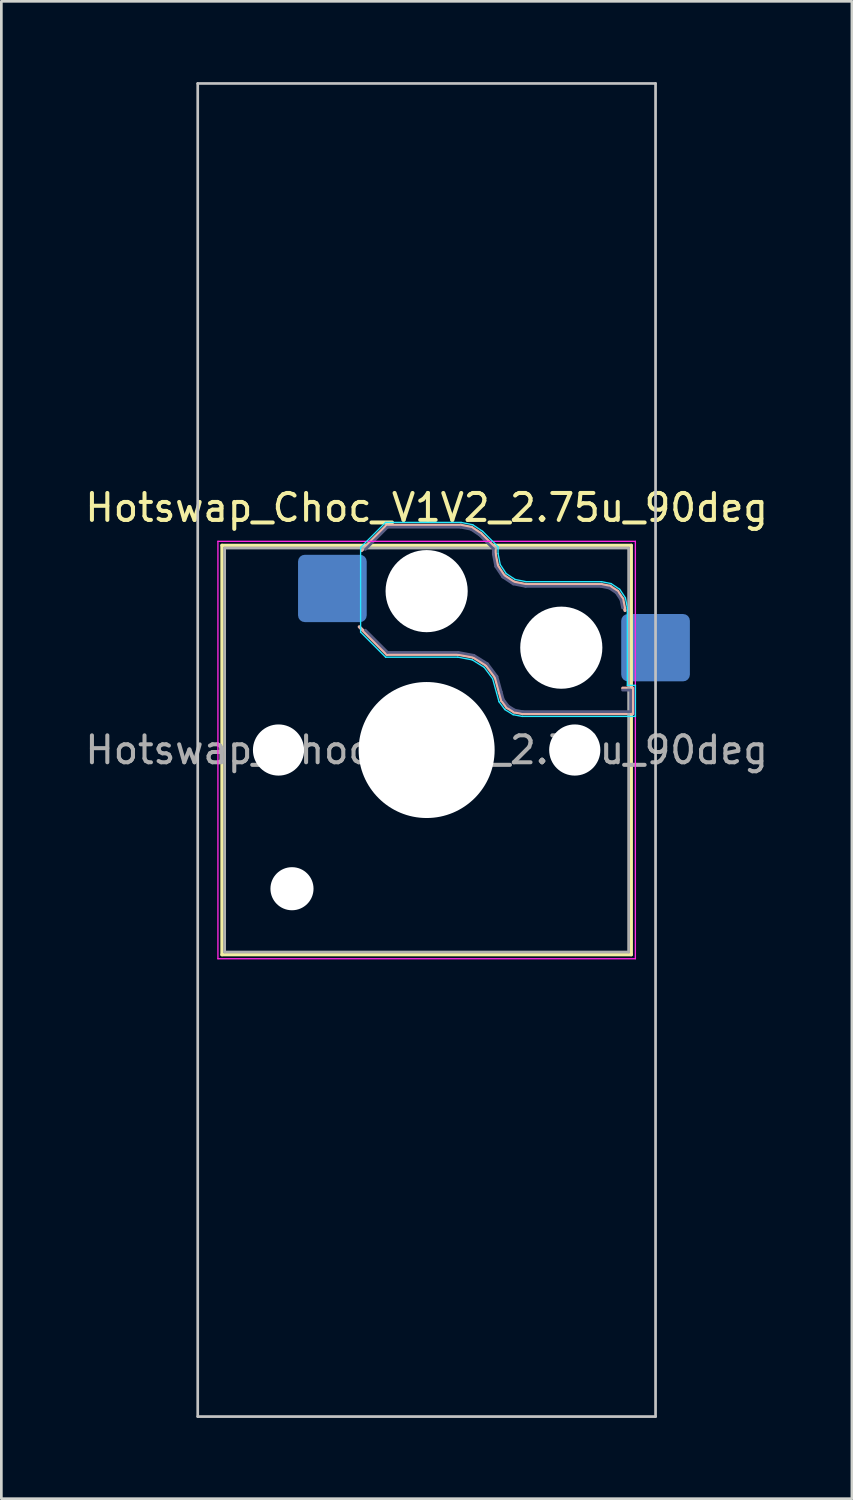
<source format=kicad_pcb>
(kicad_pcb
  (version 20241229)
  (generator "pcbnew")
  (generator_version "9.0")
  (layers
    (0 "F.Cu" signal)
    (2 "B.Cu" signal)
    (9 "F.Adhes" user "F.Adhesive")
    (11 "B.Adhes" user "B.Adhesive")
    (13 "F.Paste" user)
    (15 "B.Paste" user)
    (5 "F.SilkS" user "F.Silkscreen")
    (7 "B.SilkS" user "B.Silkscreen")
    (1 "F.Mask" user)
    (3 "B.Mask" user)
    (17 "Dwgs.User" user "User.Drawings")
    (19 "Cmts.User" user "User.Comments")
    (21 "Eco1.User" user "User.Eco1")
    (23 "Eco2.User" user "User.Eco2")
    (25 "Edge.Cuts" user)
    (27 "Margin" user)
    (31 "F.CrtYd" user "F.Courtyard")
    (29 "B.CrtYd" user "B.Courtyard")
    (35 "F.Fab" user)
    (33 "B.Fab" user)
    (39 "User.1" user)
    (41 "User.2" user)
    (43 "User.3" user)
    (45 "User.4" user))
  (footprint "Hotswap_Choc_V1V2_2.75u_90deg"
    (layer "F.Cu")
    (at 12.792 24.8)
    (property "Reference" "Hotswap_Choc_V1V2_2.75u_90deg" (at 0 -9 0) (layer "F.SilkS") (effects (font (size 1 1) (thickness 0.15))))
    (attr smd)
    (fp_line (start -7.6 -7.6) (end -7.6 7.6) (stroke (width 0.12) (type solid)) (layer "F.SilkS"))
    (fp_line (start -7.6 7.6) (end 7.6 7.6) (stroke (width 0.12) (type solid)) (layer "F.SilkS"))
    (fp_line (start 7.6 -7.6) (end -7.6 -7.6) (stroke (width 0.12) (type solid)) (layer "F.SilkS"))
    (fp_line (start 7.6 7.6) (end 7.6 -7.6) (stroke (width 0.12) (type solid)) (layer "F.SilkS"))
    (fp_line (start -2.416 -7.409) (end -1.479 -8.346) (stroke (width 0.12) (type solid)) (layer "B.SilkS"))
    (fp_line (start -1.479 -8.346) (end 1.268 -8.346) (stroke (width 0.12) (type solid)) (layer "B.SilkS"))
    (fp_line (start -1.479 -3.554) (end -2.5 -4.575) (stroke (width 0.12) (type solid)) (layer "B.SilkS"))
    (fp_line (start 1.168 -3.554) (end -1.479 -3.554) (stroke (width 0.12) (type solid)) (layer "B.SilkS"))
    (fp_line (start 1.268 -8.346) (end 1.671 -8.266) (stroke (width 0.12) (type solid)) (layer "B.SilkS"))
    (fp_line (start 1.671 -8.266) (end 2.013 -8.037) (stroke (width 0.12) (type solid)) (layer "B.SilkS"))
    (fp_line (start 1.73 -3.449) (end 1.168 -3.554) (stroke (width 0.12) (type solid)) (layer "B.SilkS"))
    (fp_line (start 2.013 -8.037) (end 2.546 -7.504) (stroke (width 0.12) (type solid)) (layer "B.SilkS"))
    (fp_line (start 2.209 -3.15) (end 1.73 -3.449) (stroke (width 0.12) (type solid)) (layer "B.SilkS"))
    (fp_line (start 2.546 -7.504) (end 2.546 -7.282) (stroke (width 0.12) (type solid)) (layer "B.SilkS"))
    (fp_line (start 2.546 -7.282) (end 2.633 -6.844) (stroke (width 0.12) (type solid)) (layer "B.SilkS"))
    (fp_line (start 2.547 -2.697) (end 2.209 -3.15) (stroke (width 0.12) (type solid)) (layer "B.SilkS"))
    (fp_line (start 2.633 -6.844) (end 2.877 -6.477) (stroke (width 0.12) (type solid)) (layer "B.SilkS"))
    (fp_line (start 2.701 -2.139) (end 2.547 -2.697) (stroke (width 0.12) (type solid)) (layer "B.SilkS"))
    (fp_line (start 2.783 -1.841) (end 2.701 -2.139) (stroke (width 0.12) (type solid)) (layer "B.SilkS"))
    (fp_line (start 2.877 -6.477) (end 3.244 -6.233) (stroke (width 0.12) (type solid)) (layer "B.SilkS"))
    (fp_line (start 2.976 -1.583) (end 2.783 -1.841) (stroke (width 0.12) (type solid)) (layer "B.SilkS"))
    (fp_line (start 3.244 -6.233) (end 3.682 -6.146) (stroke (width 0.12) (type solid)) (layer "B.SilkS"))
    (fp_line (start 3.25 -1.413) (end 2.976 -1.583) (stroke (width 0.12) (type solid)) (layer "B.SilkS"))
    (fp_line (start 3.56 -1.354) (end 3.25 -1.413) (stroke (width 0.12) (type solid)) (layer "B.SilkS"))
    (fp_line (start 3.682 -6.146) (end 6.482 -6.146) (stroke (width 0.12) (type solid)) (layer "B.SilkS"))
    (fp_line (start 6.482 -6.146) (end 6.809 -6.081) (stroke (width 0.12) (type solid)) (layer "B.SilkS"))
    (fp_line (start 6.809 -6.081) (end 7.092 -5.892) (stroke (width 0.12) (type solid)) (layer "B.SilkS"))
    (fp_line (start 7.092 -5.892) (end 7.281 -5.609) (stroke (width 0.12) (type solid)) (layer "B.SilkS"))
    (fp_line (start 7.281 -5.609) (end 7.366 -5.182) (stroke (width 0.12) (type solid)) (layer "B.SilkS"))
    (fp_line (start 7.283 -2.296) (end 7.646 -2.296) (stroke (width 0.12) (type solid)) (layer "B.SilkS"))
    (fp_line (start 7.646 -2.296) (end 7.646 -1.354) (stroke (width 0.12) (type solid)) (layer "B.SilkS"))
    (fp_line (start 7.646 -1.354) (end 3.56 -1.354) (stroke (width 0.12) (type solid)) (layer "B.SilkS"))
    (fp_line (start -8.5 -24.75) (end 8.5 -24.75) (stroke (width 0.1) (type solid)) (layer "Dwgs.User"))
    (fp_line (start -8.5 24.75) (end -8.5 -24.75) (stroke (width 0.1) (type solid)) (layer "Dwgs.User"))
    (fp_line (start 8.5 -24.75) (end 8.5 24.75) (stroke (width 0.1) (type solid)) (layer "Dwgs.User"))
    (fp_line (start 8.5 24.75) (end -8.5 24.75) (stroke (width 0.1) (type solid)) (layer "Dwgs.User"))
    (fp_line (start -7.25 -7.25) (end -7.25 7.25) (stroke (width 0.1) (type solid)) (layer "Eco1.User"))
    (fp_line (start -7.25 7.25) (end 7.25 7.25) (stroke (width 0.1) (type solid)) (layer "Eco1.User"))
    (fp_line (start 7.25 -7.25) (end -7.25 -7.25) (stroke (width 0.1) (type solid)) (layer "Eco1.User"))
    (fp_line (start 7.25 7.25) (end 7.25 -7.25) (stroke (width 0.1) (type solid)) (layer "Eco1.User"))
    (fp_line (start -2.452 -7.523) (end -1.523 -8.452) (stroke (width 0.05) (type solid)) (layer "B.CrtYd"))
    (fp_line (start -2.452 -4.377) (end -2.452 -7.523) (stroke (width 0.05) (type solid)) (layer "B.CrtYd"))
    (fp_line (start -1.523 -8.452) (end 1.278 -8.452) (stroke (width 0.05) (type solid)) (layer "B.CrtYd"))
    (fp_line (start -1.523 -3.448) (end -2.452 -4.377) (stroke (width 0.05) (type solid)) (layer "B.CrtYd"))
    (fp_line (start 1.159 -3.448) (end -1.523 -3.448) (stroke (width 0.05) (type solid)) (layer "B.CrtYd"))
    (fp_line (start 1.278 -8.452) (end 1.712 -8.366) (stroke (width 0.05) (type solid)) (layer "B.CrtYd"))
    (fp_line (start 1.691 -3.348) (end 1.159 -3.448) (stroke (width 0.05) (type solid)) (layer "B.CrtYd"))
    (fp_line (start 1.712 -8.366) (end 2.081 -8.119) (stroke (width 0.05) (type solid)) (layer "B.CrtYd"))
    (fp_line (start 2.081 -8.119) (end 2.652 -7.548) (stroke (width 0.05) (type solid)) (layer "B.CrtYd"))
    (fp_line (start 2.136 -3.071) (end 1.691 -3.348) (stroke (width 0.05) (type solid)) (layer "B.CrtYd"))
    (fp_line (start 2.45 -2.65) (end 2.136 -3.071) (stroke (width 0.05) (type solid)) (layer "B.CrtYd"))
    (fp_line (start 2.599 -2.111) (end 2.45 -2.65) (stroke (width 0.05) (type solid)) (layer "B.CrtYd"))
    (fp_line (start 2.652 -7.548) (end 2.652 -7.292) (stroke (width 0.05) (type solid)) (layer "B.CrtYd"))
    (fp_line (start 2.652 -7.292) (end 2.733 -6.885) (stroke (width 0.05) (type solid)) (layer "B.CrtYd"))
    (fp_line (start 2.687 -1.794) (end 2.599 -2.111) (stroke (width 0.05) (type solid)) (layer "B.CrtYd"))
    (fp_line (start 2.733 -6.885) (end 2.953 -6.553) (stroke (width 0.05) (type solid)) (layer "B.CrtYd"))
    (fp_line (start 2.903 -1.503) (end 2.687 -1.794) (stroke (width 0.05) (type solid)) (layer "B.CrtYd"))
    (fp_line (start 2.953 -6.553) (end 3.285 -6.333) (stroke (width 0.05) (type solid)) (layer "B.CrtYd"))
    (fp_line (start 3.211 -1.312) (end 2.903 -1.503) (stroke (width 0.05) (type solid)) (layer "B.CrtYd"))
    (fp_line (start 3.285 -6.333) (end 3.692 -6.252) (stroke (width 0.05) (type solid)) (layer "B.CrtYd"))
    (fp_line (start 3.55 -1.248) (end 3.211 -1.312) (stroke (width 0.05) (type solid)) (layer "B.CrtYd"))
    (fp_line (start 3.692 -6.252) (end 6.492 -6.252) (stroke (width 0.05) (type solid)) (layer "B.CrtYd"))
    (fp_line (start 6.492 -6.252) (end 6.85 -6.181) (stroke (width 0.05) (type solid)) (layer "B.CrtYd"))
    (fp_line (start 6.85 -6.181) (end 7.168 -5.968) (stroke (width 0.05) (type solid)) (layer "B.CrtYd"))
    (fp_line (start 7.168 -5.968) (end 7.381 -5.65) (stroke (width 0.05) (type solid)) (layer "B.CrtYd"))
    (fp_line (start 7.381 -5.65) (end 7.452 -5.292) (stroke (width 0.05) (type solid)) (layer "B.CrtYd"))
    (fp_line (start 7.452 -5.292) (end 7.452 -2.402) (stroke (width 0.05) (type solid)) (layer "B.CrtYd"))
    (fp_line (start 7.452 -2.402) (end 7.752 -2.402) (stroke (width 0.05) (type solid)) (layer "B.CrtYd"))
    (fp_line (start 7.752 -2.402) (end 7.752 -1.248) (stroke (width 0.05) (type solid)) (layer "B.CrtYd"))
    (fp_line (start 7.752 -1.248) (end 3.55 -1.248) (stroke (width 0.05) (type solid)) (layer "B.CrtYd"))
    (fp_line (start -7.75 -7.75) (end -7.75 7.75) (stroke (width 0.05) (type solid)) (layer "F.CrtYd"))
    (fp_line (start -7.75 7.75) (end 7.75 7.75) (stroke (width 0.05) (type solid)) (layer "F.CrtYd"))
    (fp_line (start 7.75 -7.75) (end -7.75 -7.75) (stroke (width 0.05) (type solid)) (layer "F.CrtYd"))
    (fp_line (start 7.75 7.75) (end 7.75 -7.75) (stroke (width 0.05) (type solid)) (layer "F.CrtYd"))
    (fp_line (start -2.275 -7.45) (end -1.45 -8.275) (stroke (width 0.1) (type solid)) (layer "B.Fab"))
    (fp_line (start -1.45 -8.275) (end 1.261 -8.275) (stroke (width 0.1) (type solid)) (layer "B.Fab"))
    (fp_line (start -1.45 -3.625) (end -2.275 -4.45) (stroke (width 0.1) (type solid)) (layer "B.Fab"))
    (fp_line (start 1.175 -3.625) (end -1.45 -3.625) (stroke (width 0.1) (type solid)) (layer "B.Fab"))
    (fp_line (start 1.261 -8.275) (end 1.643 -8.199) (stroke (width 0.1) (type solid)) (layer "B.Fab"))
    (fp_line (start 1.643 -8.199) (end 1.968 -7.982) (stroke (width 0.1) (type solid)) (layer "B.Fab"))
    (fp_line (start 1.756 -3.516) (end 1.175 -3.625) (stroke (width 0.1) (type solid)) (layer "B.Fab"))
    (fp_line (start 1.968 -7.982) (end 2.475 -7.475) (stroke (width 0.1) (type solid)) (layer "B.Fab"))
    (fp_line (start 2.258 -3.203) (end 1.756 -3.516) (stroke (width 0.1) (type solid)) (layer "B.Fab"))
    (fp_line (start 2.475 -7.475) (end 2.475 -7.275) (stroke (width 0.1) (type solid)) (layer "B.Fab"))
    (fp_line (start 2.475 -7.275) (end 2.566 -6.816) (stroke (width 0.1) (type solid)) (layer "B.Fab"))
    (fp_line (start 2.566 -6.816) (end 2.826 -6.426) (stroke (width 0.1) (type solid)) (layer "B.Fab"))
    (fp_line (start 2.612 -2.729) (end 2.258 -3.203) (stroke (width 0.1) (type solid)) (layer "B.Fab"))
    (fp_line (start 2.769 -2.158) (end 2.612 -2.729) (stroke (width 0.1) (type solid)) (layer "B.Fab"))
    (fp_line (start 2.826 -6.426) (end 3.216 -6.166) (stroke (width 0.1) (type solid)) (layer "B.Fab"))
    (fp_line (start 2.848 -1.873) (end 2.769 -2.158) (stroke (width 0.1) (type solid)) (layer "B.Fab"))
    (fp_line (start 3.025 -1.636) (end 2.848 -1.873) (stroke (width 0.1) (type solid)) (layer "B.Fab"))
    (fp_line (start 3.216 -6.166) (end 3.675 -6.075) (stroke (width 0.1) (type solid)) (layer "B.Fab"))
    (fp_line (start 3.276 -1.48) (end 3.025 -1.636) (stroke (width 0.1) (type solid)) (layer "B.Fab"))
    (fp_line (start 3.567 -1.425) (end 3.276 -1.48) (stroke (width 0.1) (type solid)) (layer "B.Fab"))
    (fp_line (start 3.675 -6.075) (end 6.475 -6.075) (stroke (width 0.1) (type solid)) (layer "B.Fab"))
    (fp_line (start 6.475 -6.075) (end 6.781 -6.014) (stroke (width 0.1) (type solid)) (layer "B.Fab"))
    (fp_line (start 6.781 -6.014) (end 7.041 -5.841) (stroke (width 0.1) (type solid)) (layer "B.Fab"))
    (fp_line (start 7.041 -5.841) (end 7.214 -5.581) (stroke (width 0.1) (type solid)) (layer "B.Fab"))
    (fp_line (start 7.214 -5.581) (end 7.275 -5.275) (stroke (width 0.1) (type solid)) (layer "B.Fab"))
    (fp_line (start 7.275 -2.225) (end 7.575 -2.225) (stroke (width 0.1) (type solid)) (layer "B.Fab"))
    (fp_line (start 7.575 -2.225) (end 7.575 -1.425) (stroke (width 0.1) (type solid)) (layer "B.Fab"))
    (fp_line (start 7.575 -1.425) (end 3.567 -1.425) (stroke (width 0.1) (type solid)) (layer "B.Fab"))
    (fp_line (start -7.5 -7.5) (end -7.5 7.5) (stroke (width 0.1) (type solid)) (layer "F.Fab"))
    (fp_line (start -7.5 7.5) (end 7.5 7.5) (stroke (width 0.1) (type solid)) (layer "F.Fab"))
    (fp_line (start 7.5 -7.5) (end -7.5 -7.5) (stroke (width 0.1) (type solid)) (layer "F.Fab"))
    (fp_line (start 7.5 7.5) (end 7.5 -7.5) (stroke (width 0.1) (type solid)) (layer "F.Fab"))
    (fp_text user "${REFERENCE}" (at 0 0 0) (layer "F.Fab") (effects (font (size 1 1) (thickness 0.15))))
    (pad "" np_thru_hole circle (at -5.5 0) (size 1.9 1.9) (drill 1.9) (layers "*.Cu" "*.Mask"))
    (pad "" np_thru_hole circle (at -5 5.15) (size 1.6 1.6) (drill 1.6) (layers "*.Cu" "*.Mask"))
    (pad "" np_thru_hole circle (at 0 -5.9) (size 3.05 3.05) (drill 3.05) (layers "*.Cu" "*.Mask"))
    (pad "" np_thru_hole circle (at 0 0) (size 5.05 5.05) (drill 5.05) (layers "*.Cu" "*.Mask"))
    (pad "" np_thru_hole circle (at 5 -3.8) (size 3.05 3.05) (drill 3.05) (layers "*.Cu" "*.Mask"))
    (pad "" np_thru_hole circle (at 5.5 0) (size 1.9 1.9) (drill 1.9) (layers "*.Cu" "*.Mask"))
    (pad "1" smd roundrect (at -3.5 -6) (size 2.55 2.5) (layers "B.Cu" "B.Mask" "B.Paste") (roundrect_rratio 0.1))
    (pad "2" smd roundrect (at 8.5 -3.8) (size 2.55 2.5) (layers "B.Cu" "B.Mask" "B.Paste") (roundrect_rratio 0.1)))
  (gr_rect
    (start -3 -3)
    (end 28.583 52.6)
    (stroke (width 0.1) (type default))
    (fill no)
    (layer "Edge.Cuts")))
</source>
